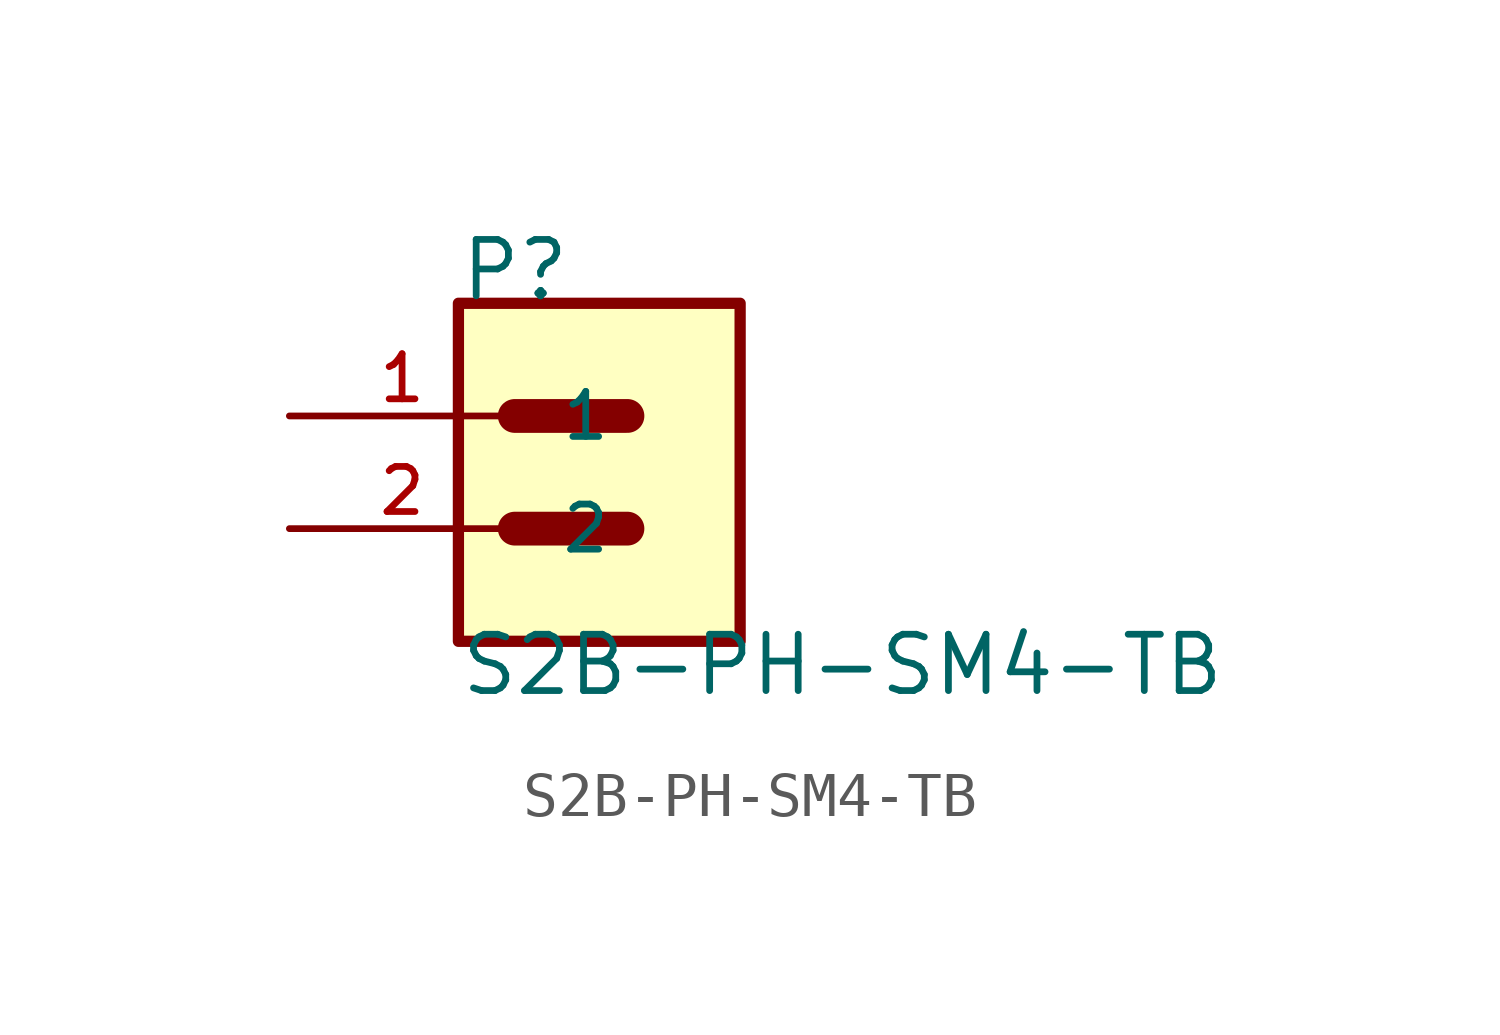
<source format=kicad_sym>
(kicad_symbol_lib
  (version 20211014)
  (generator kicad_symbol_editor)
  (symbol "S2B-PH-SM4-TB"
    (pin_names
      (offset 1.016))
    (property "Reference" "P"
      (at -1.272 3.815 0)
      (effects (font (size 1.27 1.27)) (justify bottom left)))
    (property "Value" "S2B-PH-SM4-TB"
      (at -1.271 -5.084 0)
      (effects (font (size 1.27 1.27)) (justify bottom left)))
    (symbol "S2B-PH-SM4-TB_0_0"
      (polyline (pts (xy 0.0 1.27) (xy 2.54 1.27)) (stroke (width 0.762)))
      (polyline (pts (xy 0.0 -1.27) (xy 2.54 -1.27)) (stroke (width 0.762)))
      (rectangle (start -1.27 -3.81) (end 5.08 3.81) (stroke (width 0.254)) (fill (type background)))
      (pin passive line (at -5.08 1.27 0) (length 5.08) (name "1" (effects (font (size 1.016 1.016)))) (number "1" (effects (font (size 1.016 1.016)))))
      (pin passive line (at -5.08 -1.27 0) (length 5.08) (name "2" (effects (font (size 1.016 1.016)))) (number "2" (effects (font (size 1.016 1.016))))))))
</source>
